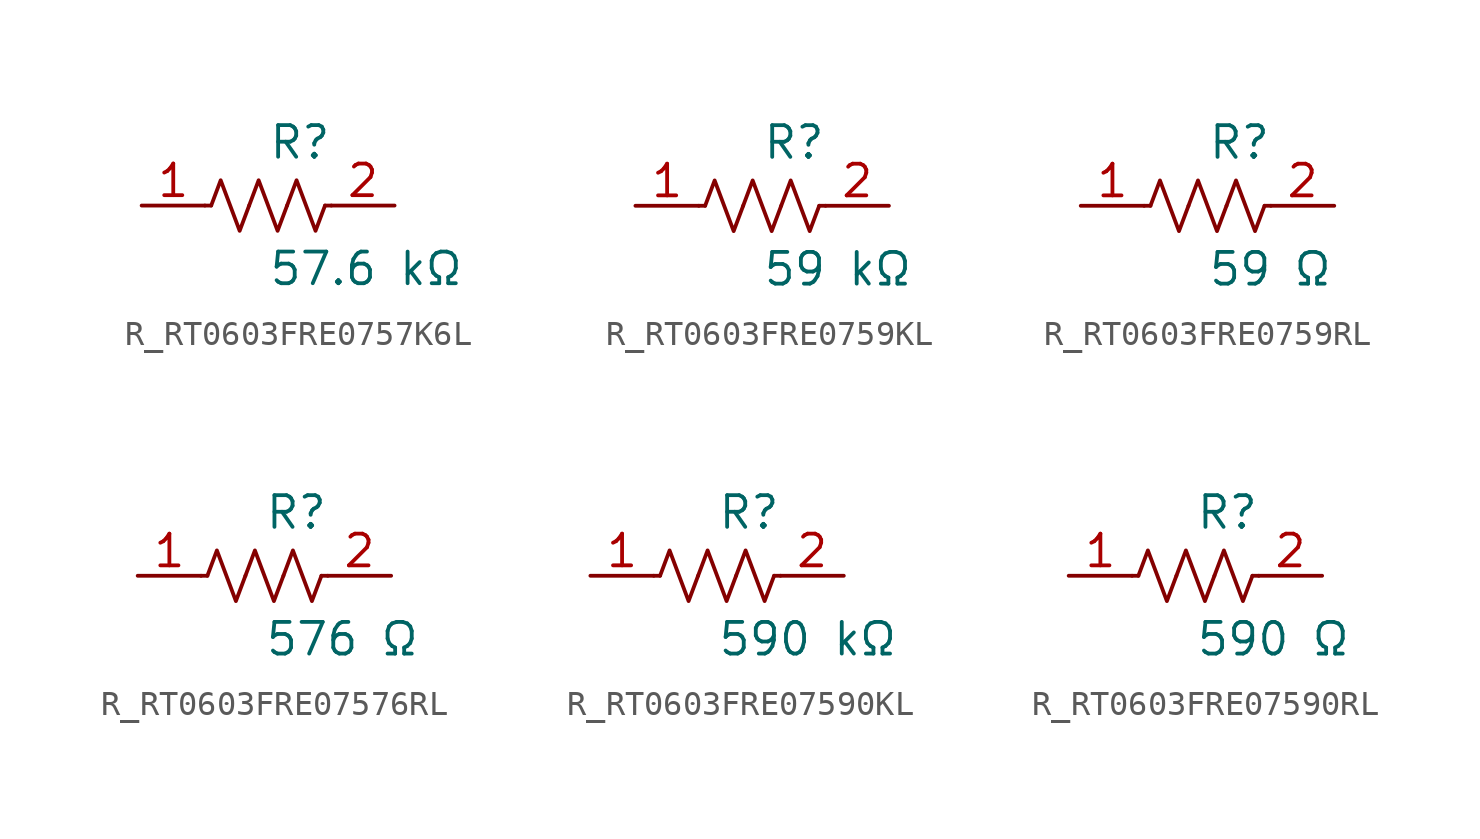
<source format=kicad_sym>
(kicad_symbol_lib
  (version 20231120)
  (generator kicad_symbol_editor)
  (generator_version 8.0)
  (symbol "R_RT0603FRE0757K6L"
    (pin_names
      (offset 0.254))
    (property "Reference" "R"
      (at 0.0 2.54 0)
      (effects (font (size 1.27 1.27)) (justify left)))
    (property "Value" "57.6 kΩ"
      (at 0.0 -2.54 0)
      (effects (font (size 1.27 1.27)) (justify left)))
    (symbol "R_RT0603FRE0757K6L_0_1"
      (polyline (pts (xy 2.286 0) (xy 2.54 0)) (stroke (width 0) (type default)) (fill (type none)))
      (polyline (pts (xy -2.286 0) (xy -2.54 0)) (stroke (width 0) (type default)) (fill (type none)))
      (polyline (pts (xy 0.762 0) (xy 1.143 1.016) (xy 1.524 0) (xy 1.905 -1.016) (xy 2.286 0)) (stroke (width 0) (type default)) (fill (type none)))
      (polyline (pts (xy -0.762 0) (xy -0.381 1.016) (xy 0 0) (xy 0.381 -1.016) (xy 0.762 0)) (stroke (width 0) (type default)) (fill (type none)))
      (polyline (pts (xy -2.286 0) (xy -1.905 1.016) (xy -1.524 0) (xy -1.143 -1.016) (xy -0.762 0)) (stroke (width 0) (type default)) (fill (type none))))
    (pin unspecified line
      (at -5.08 0 0)
      (length 2.54)
      (name "" (effects (font (size 1.27 1.27))))
      (number "1" (effects (font (size 1.27 1.27)))))
    (pin unspecified line
      (at 5.08 0 180)
      (length 2.54)
      (name "" (effects (font (size 1.27 1.27))))
      (number "2" (effects (font (size 1.27 1.27))))))
  (symbol "R_RT0603FRE0759KL"
    (pin_names
      (offset 0.254))
    (property "Reference" "R"
      (at 0.0 2.54 0)
      (effects (font (size 1.27 1.27)) (justify left)))
    (property "Value" "59 kΩ"
      (at 0.0 -2.54 0)
      (effects (font (size 1.27 1.27)) (justify left)))
    (symbol "R_RT0603FRE0759KL_0_1"
      (polyline (pts (xy 2.286 0) (xy 2.54 0)) (stroke (width 0) (type default)) (fill (type none)))
      (polyline (pts (xy -2.286 0) (xy -2.54 0)) (stroke (width 0) (type default)) (fill (type none)))
      (polyline (pts (xy 0.762 0) (xy 1.143 1.016) (xy 1.524 0) (xy 1.905 -1.016) (xy 2.286 0)) (stroke (width 0) (type default)) (fill (type none)))
      (polyline (pts (xy -0.762 0) (xy -0.381 1.016) (xy 0 0) (xy 0.381 -1.016) (xy 0.762 0)) (stroke (width 0) (type default)) (fill (type none)))
      (polyline (pts (xy -2.286 0) (xy -1.905 1.016) (xy -1.524 0) (xy -1.143 -1.016) (xy -0.762 0)) (stroke (width 0) (type default)) (fill (type none))))
    (pin unspecified line
      (at -5.08 0 0)
      (length 2.54)
      (name "" (effects (font (size 1.27 1.27))))
      (number "1" (effects (font (size 1.27 1.27)))))
    (pin unspecified line
      (at 5.08 0 180)
      (length 2.54)
      (name "" (effects (font (size 1.27 1.27))))
      (number "2" (effects (font (size 1.27 1.27))))))
  (symbol "R_RT0603FRE0759RL"
    (pin_names
      (offset 0.254))
    (property "Reference" "R"
      (at 0.0 2.54 0)
      (effects (font (size 1.27 1.27)) (justify left)))
    (property "Value" "59 Ω"
      (at 0.0 -2.54 0)
      (effects (font (size 1.27 1.27)) (justify left)))
    (symbol "R_RT0603FRE0759RL_0_1"
      (polyline (pts (xy 2.286 0) (xy 2.54 0)) (stroke (width 0) (type default)) (fill (type none)))
      (polyline (pts (xy -2.286 0) (xy -2.54 0)) (stroke (width 0) (type default)) (fill (type none)))
      (polyline (pts (xy 0.762 0) (xy 1.143 1.016) (xy 1.524 0) (xy 1.905 -1.016) (xy 2.286 0)) (stroke (width 0) (type default)) (fill (type none)))
      (polyline (pts (xy -0.762 0) (xy -0.381 1.016) (xy 0 0) (xy 0.381 -1.016) (xy 0.762 0)) (stroke (width 0) (type default)) (fill (type none)))
      (polyline (pts (xy -2.286 0) (xy -1.905 1.016) (xy -1.524 0) (xy -1.143 -1.016) (xy -0.762 0)) (stroke (width 0) (type default)) (fill (type none))))
    (pin unspecified line
      (at -5.08 0 0)
      (length 2.54)
      (name "" (effects (font (size 1.27 1.27))))
      (number "1" (effects (font (size 1.27 1.27)))))
    (pin unspecified line
      (at 5.08 0 180)
      (length 2.54)
      (name "" (effects (font (size 1.27 1.27))))
      (number "2" (effects (font (size 1.27 1.27))))))
  (symbol "R_RT0603FRE07576RL"
    (pin_names
      (offset 0.254))
    (property "Reference" "R"
      (at 0.0 2.54 0)
      (effects (font (size 1.27 1.27)) (justify left)))
    (property "Value" "576 Ω"
      (at 0.0 -2.54 0)
      (effects (font (size 1.27 1.27)) (justify left)))
    (symbol "R_RT0603FRE07576RL_0_1"
      (polyline (pts (xy 2.286 0) (xy 2.54 0)) (stroke (width 0) (type default)) (fill (type none)))
      (polyline (pts (xy -2.286 0) (xy -2.54 0)) (stroke (width 0) (type default)) (fill (type none)))
      (polyline (pts (xy 0.762 0) (xy 1.143 1.016) (xy 1.524 0) (xy 1.905 -1.016) (xy 2.286 0)) (stroke (width 0) (type default)) (fill (type none)))
      (polyline (pts (xy -0.762 0) (xy -0.381 1.016) (xy 0 0) (xy 0.381 -1.016) (xy 0.762 0)) (stroke (width 0) (type default)) (fill (type none)))
      (polyline (pts (xy -2.286 0) (xy -1.905 1.016) (xy -1.524 0) (xy -1.143 -1.016) (xy -0.762 0)) (stroke (width 0) (type default)) (fill (type none))))
    (pin unspecified line
      (at -5.08 0 0)
      (length 2.54)
      (name "" (effects (font (size 1.27 1.27))))
      (number "1" (effects (font (size 1.27 1.27)))))
    (pin unspecified line
      (at 5.08 0 180)
      (length 2.54)
      (name "" (effects (font (size 1.27 1.27))))
      (number "2" (effects (font (size 1.27 1.27))))))
  (symbol "R_RT0603FRE07590KL"
    (pin_names
      (offset 0.254))
    (property "Reference" "R"
      (at 0.0 2.54 0)
      (effects (font (size 1.27 1.27)) (justify left)))
    (property "Value" "590 kΩ"
      (at 0.0 -2.54 0)
      (effects (font (size 1.27 1.27)) (justify left)))
    (symbol "R_RT0603FRE07590KL_0_1"
      (polyline (pts (xy 2.286 0) (xy 2.54 0)) (stroke (width 0) (type default)) (fill (type none)))
      (polyline (pts (xy -2.286 0) (xy -2.54 0)) (stroke (width 0) (type default)) (fill (type none)))
      (polyline (pts (xy 0.762 0) (xy 1.143 1.016) (xy 1.524 0) (xy 1.905 -1.016) (xy 2.286 0)) (stroke (width 0) (type default)) (fill (type none)))
      (polyline (pts (xy -0.762 0) (xy -0.381 1.016) (xy 0 0) (xy 0.381 -1.016) (xy 0.762 0)) (stroke (width 0) (type default)) (fill (type none)))
      (polyline (pts (xy -2.286 0) (xy -1.905 1.016) (xy -1.524 0) (xy -1.143 -1.016) (xy -0.762 0)) (stroke (width 0) (type default)) (fill (type none))))
    (pin unspecified line
      (at -5.08 0 0)
      (length 2.54)
      (name "" (effects (font (size 1.27 1.27))))
      (number "1" (effects (font (size 1.27 1.27)))))
    (pin unspecified line
      (at 5.08 0 180)
      (length 2.54)
      (name "" (effects (font (size 1.27 1.27))))
      (number "2" (effects (font (size 1.27 1.27))))))
  (symbol "R_RT0603FRE07590RL"
    (pin_names
      (offset 0.254))
    (property "Reference" "R"
      (at 0.0 2.54 0)
      (effects (font (size 1.27 1.27)) (justify left)))
    (property "Value" "590 Ω"
      (at 0.0 -2.54 0)
      (effects (font (size 1.27 1.27)) (justify left)))
    (symbol "R_RT0603FRE07590RL_0_1"
      (polyline (pts (xy 2.286 0) (xy 2.54 0)) (stroke (width 0) (type default)) (fill (type none)))
      (polyline (pts (xy -2.286 0) (xy -2.54 0)) (stroke (width 0) (type default)) (fill (type none)))
      (polyline (pts (xy 0.762 0) (xy 1.143 1.016) (xy 1.524 0) (xy 1.905 -1.016) (xy 2.286 0)) (stroke (width 0) (type default)) (fill (type none)))
      (polyline (pts (xy -0.762 0) (xy -0.381 1.016) (xy 0 0) (xy 0.381 -1.016) (xy 0.762 0)) (stroke (width 0) (type default)) (fill (type none)))
      (polyline (pts (xy -2.286 0) (xy -1.905 1.016) (xy -1.524 0) (xy -1.143 -1.016) (xy -0.762 0)) (stroke (width 0) (type default)) (fill (type none))))
    (pin unspecified line
      (at -5.08 0 0)
      (length 2.54)
      (name "" (effects (font (size 1.27 1.27))))
      (number "1" (effects (font (size 1.27 1.27)))))
    (pin unspecified line
      (at 5.08 0 180)
      (length 2.54)
      (name "" (effects (font (size 1.27 1.27))))
      (number "2" (effects (font (size 1.27 1.27)))))))
</source>
